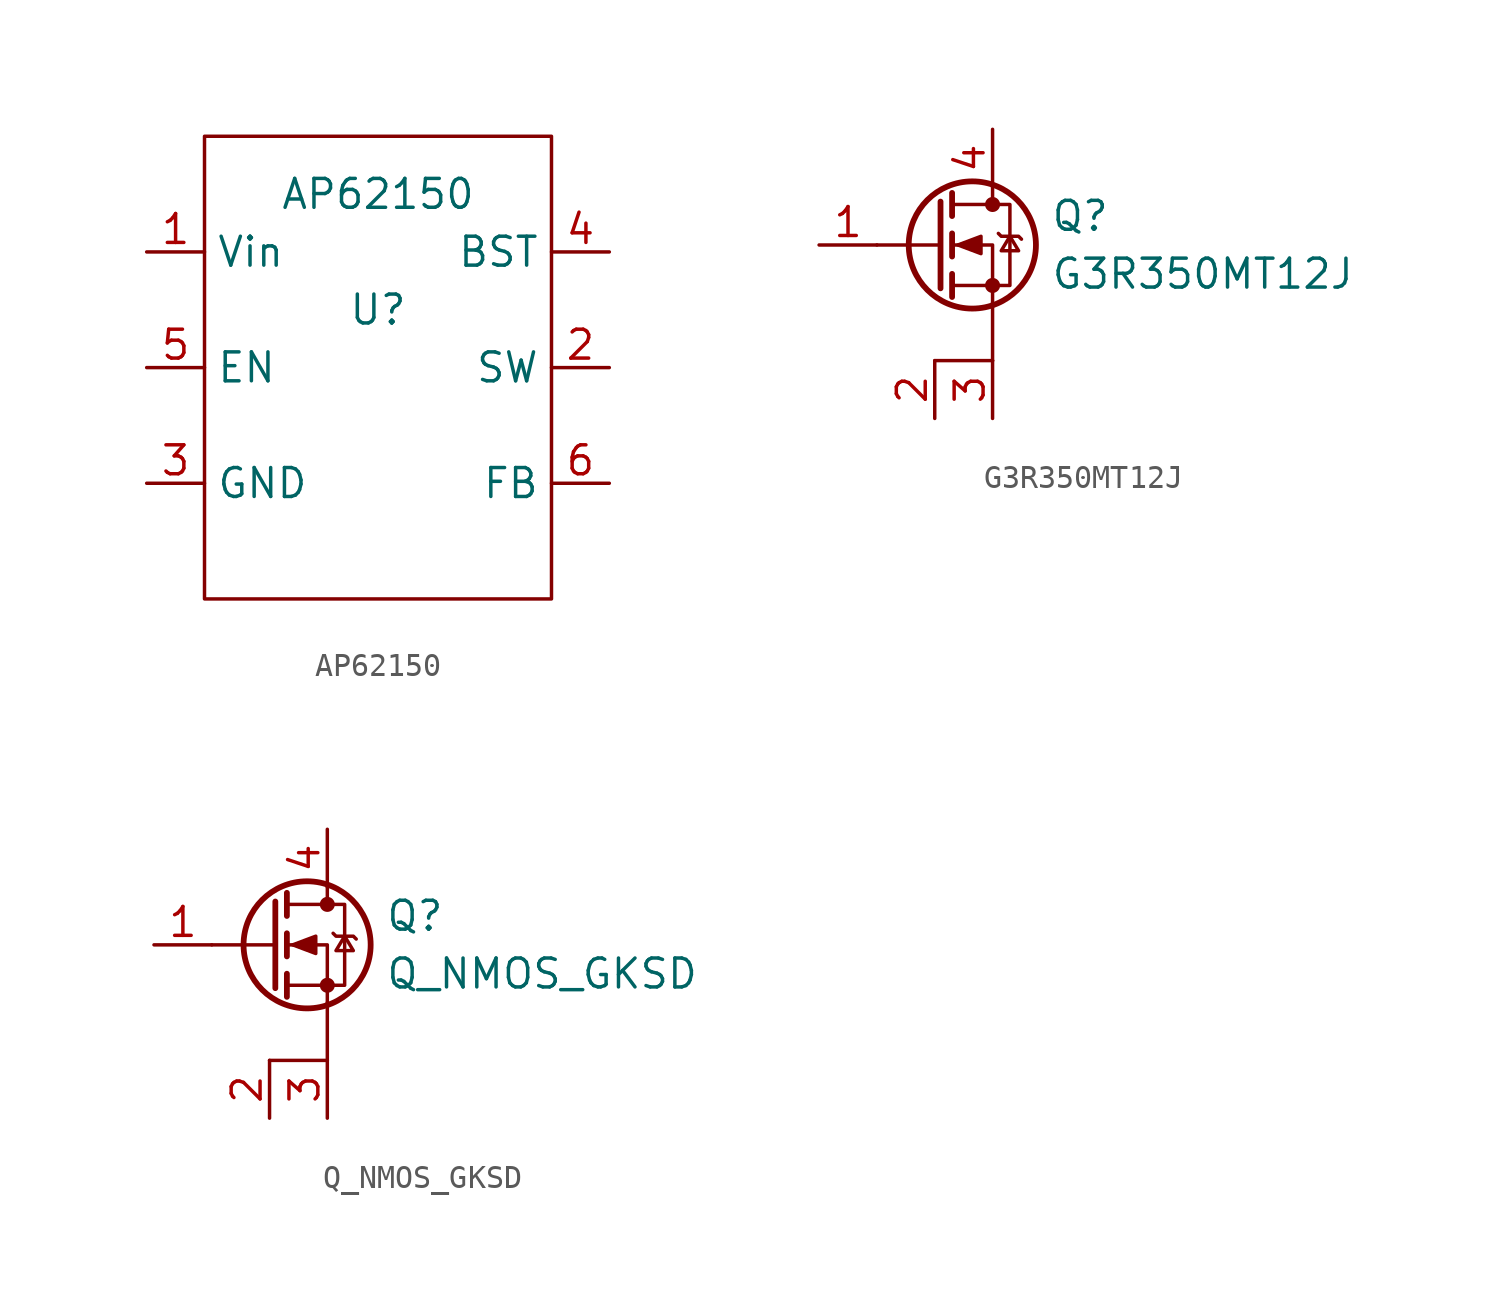
<source format=kicad_sym>
(kicad_symbol_lib
  (version 20211014)
  (generator kicad_symbol_editor)
  (symbol "AP62150"
    (property "Reference" "U"
      (at 0 5.08 0)
      (effects (font (size 1.27 1.27))))
    (property "Value" "AP62150"
      (at 0 10.16 0)
      (effects (font (size 1.27 1.27))))
    (symbol "AP62150_0_1"
      (rectangle (start -7.62 12.7) (end 7.62 -7.62) (stroke (width 0) (type default) (color 0 0 0 0)) (fill (type none))))
    (symbol "AP62150_1_1"
      (pin power_in line (at -10.16 7.62 0) (length 2.54) (name "Vin" (effects (font (size 1.27 1.27)))) (number "1" (effects (font (size 1.27 1.27)))))
      (pin power_out line (at 10.16 2.54 180) (length 2.54) (name "SW" (effects (font (size 1.27 1.27)))) (number "2" (effects (font (size 1.27 1.27)))))
      (pin power_in line (at -10.16 -2.54 0) (length 2.54) (name "GND" (effects (font (size 1.27 1.27)))) (number "3" (effects (font (size 1.27 1.27)))))
      (pin passive line (at 10.16 7.62 180) (length 2.54) (name "BST" (effects (font (size 1.27 1.27)))) (number "4" (effects (font (size 1.27 1.27)))))
      (pin input line (at -10.16 2.54 0) (length 2.54) (name "EN" (effects (font (size 1.27 1.27)))) (number "5" (effects (font (size 1.27 1.27)))))
      (pin input line (at 10.16 -2.54 180) (length 2.54) (name "FB" (effects (font (size 1.27 1.27)))) (number "6" (effects (font (size 1.27 1.27)))))))
  (symbol "G3R350MT12J"
    (pin_names
      (offset 0) hide)
    (property "Reference" "Q"
      (at 5.08 1.27 0)
      (effects (font (size 1.27 1.27)) (justify left)))
    (property "Value" "G3R350MT12J"
      (at 5.08 -1.27 0)
      (effects (font (size 1.27 1.27)) (justify left)))
    (symbol "G3R350MT12J_0_1"
      (polyline (pts (xy 0 -5.08) (xy 2.54 -5.08)) (stroke (width 0) (type default) (color 0 0 0 0)) (fill (type none)))
      (polyline (pts (xy 0.254 0) (xy -2.54 0)) (stroke (width 0) (type default) (color 0 0 0 0)) (fill (type none)))
      (polyline (pts (xy 0.254 1.905) (xy 0.254 -1.905)) (stroke (width 0.254) (type default) (color 0 0 0 0)) (fill (type none)))
      (polyline (pts (xy 0.762 -1.27) (xy 0.762 -2.286)) (stroke (width 0.254) (type default) (color 0 0 0 0)) (fill (type none)))
      (polyline (pts (xy 0.762 0.508) (xy 0.762 -0.508)) (stroke (width 0.254) (type default) (color 0 0 0 0)) (fill (type none)))
      (polyline (pts (xy 0.762 2.286) (xy 0.762 1.27)) (stroke (width 0.254) (type default) (color 0 0 0 0)) (fill (type none)))
      (polyline (pts (xy 2.54 -5.08) (xy 2.54 -2.54)) (stroke (width 0) (type default) (color 0 0 0 0)) (fill (type none)))
      (polyline (pts (xy 2.54 2.54) (xy 2.54 1.778)) (stroke (width 0) (type default) (color 0 0 0 0)) (fill (type none)))
      (polyline (pts (xy 2.54 -2.54) (xy 2.54 0) (xy 0.762 0)) (stroke (width 0) (type default) (color 0 0 0 0)) (fill (type none)))
      (polyline (pts (xy 0.762 -1.778) (xy 3.302 -1.778) (xy 3.302 1.778) (xy 0.762 1.778)) (stroke (width 0) (type default) (color 0 0 0 0)) (fill (type none)))
      (polyline (pts (xy 1.016 0) (xy 2.032 0.381) (xy 2.032 -0.381) (xy 1.016 0)) (stroke (width 0) (type default) (color 0 0 0 0)) (fill (type outline)))
      (polyline (pts (xy 2.794 0.508) (xy 2.921 0.381) (xy 3.683 0.381) (xy 3.81 0.254)) (stroke (width 0) (type default) (color 0 0 0 0)) (fill (type none)))
      (polyline (pts (xy 3.302 0.381) (xy 2.921 -0.254) (xy 3.683 -0.254) (xy 3.302 0.381)) (stroke (width 0) (type default) (color 0 0 0 0)) (fill (type none)))
      (circle (center 1.651 0) (radius 2.794) (stroke (width 0.254) (type default) (color 0 0 0 0)) (fill (type none)))
      (circle (center 2.54 -1.778) (radius 0.254) (stroke (width 0) (type default) (color 0 0 0 0)) (fill (type outline)))
      (circle (center 2.54 1.778) (radius 0.254) (stroke (width 0) (type default) (color 0 0 0 0)) (fill (type outline))))
    (symbol "G3R350MT12J_1_1"
      (pin input line (at -5.08 0 0) (length 2.54) (name "G" (effects (font (size 1.27 1.27)))) (number "1" (effects (font (size 1.27 1.27)))))
      (pin passive line (at 0 -7.62 90) (length 2.54) (name "KS" (effects (font (size 1.27 1.27)))) (number "2" (effects (font (size 1.27 1.27)))))
      (pin passive line (at 2.54 -7.62 90) (length 2.54) (name "S" (effects (font (size 1.27 1.27)))) (number "3" (effects (font (size 1.27 1.27)))))
      (pin passive line (at 2.54 5.08 270) (length 2.54) (name "D" (effects (font (size 1.27 1.27)))) (number "4" (effects (font (size 1.27 1.27)))))))
  (symbol "Q_NMOS_GKSD"
    (pin_names
      (offset 0) hide)
    (property "Reference" "Q"
      (at 5.08 1.27 0)
      (effects (font (size 1.27 1.27)) (justify left)))
    (property "Value" "Q_NMOS_GKSD"
      (at 5.08 -1.27 0)
      (effects (font (size 1.27 1.27)) (justify left)))
    (symbol "Q_NMOS_GKSD_0_1"
      (polyline (pts (xy 0 -5.08) (xy 2.54 -5.08)) (stroke (width 0) (type default) (color 0 0 0 0)) (fill (type none)))
      (polyline (pts (xy 0.254 0) (xy -2.54 0)) (stroke (width 0) (type default) (color 0 0 0 0)) (fill (type none)))
      (polyline (pts (xy 0.254 1.905) (xy 0.254 -1.905)) (stroke (width 0.254) (type default) (color 0 0 0 0)) (fill (type none)))
      (polyline (pts (xy 0.762 -1.27) (xy 0.762 -2.286)) (stroke (width 0.254) (type default) (color 0 0 0 0)) (fill (type none)))
      (polyline (pts (xy 0.762 0.508) (xy 0.762 -0.508)) (stroke (width 0.254) (type default) (color 0 0 0 0)) (fill (type none)))
      (polyline (pts (xy 0.762 2.286) (xy 0.762 1.27)) (stroke (width 0.254) (type default) (color 0 0 0 0)) (fill (type none)))
      (polyline (pts (xy 2.54 -5.08) (xy 2.54 -2.54)) (stroke (width 0) (type default) (color 0 0 0 0)) (fill (type none)))
      (polyline (pts (xy 2.54 2.54) (xy 2.54 1.778)) (stroke (width 0) (type default) (color 0 0 0 0)) (fill (type none)))
      (polyline (pts (xy 2.54 -2.54) (xy 2.54 0) (xy 0.762 0)) (stroke (width 0) (type default) (color 0 0 0 0)) (fill (type none)))
      (polyline (pts (xy 0.762 -1.778) (xy 3.302 -1.778) (xy 3.302 1.778) (xy 0.762 1.778)) (stroke (width 0) (type default) (color 0 0 0 0)) (fill (type none)))
      (polyline (pts (xy 1.016 0) (xy 2.032 0.381) (xy 2.032 -0.381) (xy 1.016 0)) (stroke (width 0) (type default) (color 0 0 0 0)) (fill (type outline)))
      (polyline (pts (xy 2.794 0.508) (xy 2.921 0.381) (xy 3.683 0.381) (xy 3.81 0.254)) (stroke (width 0) (type default) (color 0 0 0 0)) (fill (type none)))
      (polyline (pts (xy 3.302 0.381) (xy 2.921 -0.254) (xy 3.683 -0.254) (xy 3.302 0.381)) (stroke (width 0) (type default) (color 0 0 0 0)) (fill (type none)))
      (circle (center 1.651 0) (radius 2.794) (stroke (width 0.254) (type default) (color 0 0 0 0)) (fill (type none)))
      (circle (center 2.54 -1.778) (radius 0.254) (stroke (width 0) (type default) (color 0 0 0 0)) (fill (type outline)))
      (circle (center 2.54 1.778) (radius 0.254) (stroke (width 0) (type default) (color 0 0 0 0)) (fill (type outline))))
    (symbol "Q_NMOS_GKSD_1_1"
      (pin input line (at -5.08 0 0) (length 2.54) (name "G" (effects (font (size 1.27 1.27)))) (number "1" (effects (font (size 1.27 1.27)))))
      (pin passive line (at 0 -7.62 90) (length 2.54) (name "KS" (effects (font (size 1.27 1.27)))) (number "2" (effects (font (size 1.27 1.27)))))
      (pin passive line (at 2.54 -7.62 90) (length 2.54) (name "S" (effects (font (size 1.27 1.27)))) (number "3" (effects (font (size 1.27 1.27)))))
      (pin passive line (at 2.54 5.08 270) (length 2.54) (name "D" (effects (font (size 1.27 1.27)))) (number "4" (effects (font (size 1.27 1.27))))))))
</source>
